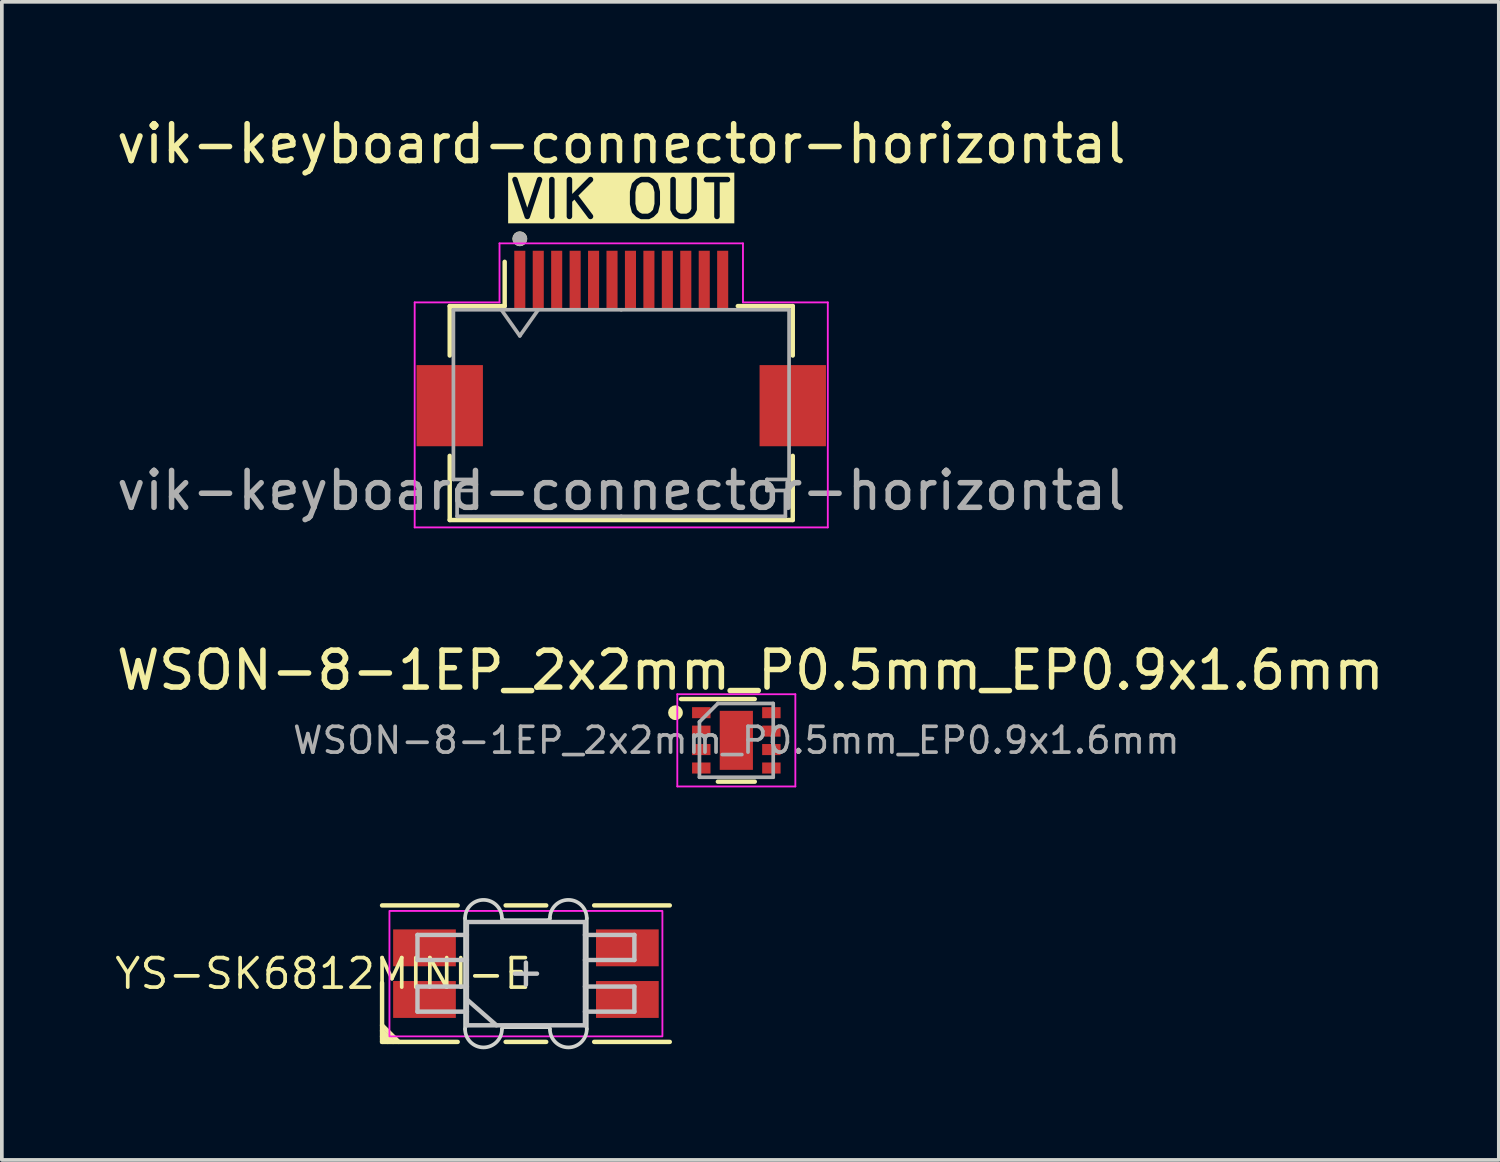
<source format=kicad_pcb>
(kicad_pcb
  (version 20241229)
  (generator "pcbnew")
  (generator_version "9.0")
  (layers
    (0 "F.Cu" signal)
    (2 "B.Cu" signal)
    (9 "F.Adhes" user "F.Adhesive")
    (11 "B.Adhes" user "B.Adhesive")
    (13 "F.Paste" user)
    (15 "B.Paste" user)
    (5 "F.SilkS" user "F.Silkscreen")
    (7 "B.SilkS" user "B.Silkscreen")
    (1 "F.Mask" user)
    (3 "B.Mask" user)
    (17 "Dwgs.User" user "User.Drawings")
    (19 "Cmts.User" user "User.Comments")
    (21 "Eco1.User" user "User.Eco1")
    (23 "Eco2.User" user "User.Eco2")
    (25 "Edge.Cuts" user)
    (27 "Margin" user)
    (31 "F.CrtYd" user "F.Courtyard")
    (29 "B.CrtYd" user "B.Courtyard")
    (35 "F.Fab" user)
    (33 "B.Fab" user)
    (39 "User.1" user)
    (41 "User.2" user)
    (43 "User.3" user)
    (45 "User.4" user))
  (footprint "YS-SK6812MINI-E"
    (layer "F.Cu")
    (at 11.208 23.346)
    (property "Reference" "YS-SK6812MINI-E" (at -5.5 0 0) (unlocked yes) (layer "F.SilkS") (effects (font (size 0.8 0.8) (thickness 0.1))))
    (fp_poly (pts (xy -3.6 0.85) (xy -3.25 1.2) (xy -1.9 1.2) (xy -1.9 0.2) (xy -3.6 0.2)) (stroke (width 0) (type solid)) (fill yes) (layer "F.Mask"))
    (fp_line (start -3.9 -1.85) (end -1.85 -1.85) (stroke (width 0.12) (type default)) (layer "F.SilkS"))
    (fp_line (start -3.9 0.25) (end -3.9 1.85) (stroke (width 0.12) (type solid)) (layer "F.SilkS"))
    (fp_line (start -3.9 1.4) (end -3.45 1.85) (stroke (width 0.12) (type solid)) (layer "F.SilkS"))
    (fp_line (start -3.9 1.55) (end -3.6 1.85) (stroke (width 0.12) (type solid)) (layer "F.SilkS"))
    (fp_line (start -3.9 1.7) (end -3.75 1.85) (stroke (width 0.12) (type solid)) (layer "F.SilkS"))
    (fp_line (start -3.9 1.85) (end -1.85 1.85) (stroke (width 0.12) (type default)) (layer "F.SilkS"))
    (fp_line (start -0.55 -1.85) (end 0.55 -1.85) (stroke (width 0.12) (type default)) (layer "F.SilkS"))
    (fp_line (start -0.55 1.85) (end 0.55 1.85) (stroke (width 0.12) (type default)) (layer "F.SilkS"))
    (fp_line (start 1.85 -1.85) (end 3.9 -1.85) (stroke (width 0.12) (type default)) (layer "F.SilkS"))
    (fp_line (start 1.85 1.85) (end 3.9 1.85) (stroke (width 0.12) (type default)) (layer "F.SilkS"))
    (fp_poly (pts (xy -3.6 0.85) (xy -3.25 1.2) (xy -1.9 1.2) (xy -1.9 0.2) (xy -3.6 0.2)) (stroke (width 0) (type solid)) (fill yes) (layer "F.Paste"))
    (fp_line (start -2.94 -1.05) (end -2.94 -0.37) (stroke (width 0.12) (type solid)) (layer "Dwgs.User"))
    (fp_line (start -2.94 -0.37) (end -1.6 -0.37) (stroke (width 0.12) (type solid)) (layer "Dwgs.User"))
    (fp_line (start -2.94 0.35) (end -2.94 1.03) (stroke (width 0.12) (type solid)) (layer "Dwgs.User"))
    (fp_line (start -2.94 1.03) (end -1.6 1.03) (stroke (width 0.12) (type solid)) (layer "Dwgs.User"))
    (fp_line (start -1.6 -1.4) (end -1.6 1.4) (stroke (width 0.12) (type solid)) (layer "Dwgs.User"))
    (fp_line (start -1.6 -1.4) (end 1.6 -1.4) (stroke (width 0.12) (type solid)) (layer "Dwgs.User"))
    (fp_line (start -1.6 -1.05) (end -2.94 -1.05) (stroke (width 0.12) (type solid)) (layer "Dwgs.User"))
    (fp_line (start -1.6 0.35) (end -2.94 0.35) (stroke (width 0.12) (type solid)) (layer "Dwgs.User"))
    (fp_line (start -1.6 0.7) (end -0.8 1.4) (stroke (width 0.12) (type solid)) (layer "Dwgs.User"))
    (fp_line (start -1.6 1.4) (end 1.6 1.4) (stroke (width 0.12) (type solid)) (layer "Dwgs.User"))
    (fp_line (start -0.3 0) (end 0.3 0) (stroke (width 0.12) (type solid)) (layer "Dwgs.User"))
    (fp_line (start 0 0.3) (end 0 -0.3) (stroke (width 0.12) (type solid)) (layer "Dwgs.User"))
    (fp_line (start 1.6 -1.4) (end 1.6 1.4) (stroke (width 0.12) (type solid)) (layer "Dwgs.User"))
    (fp_line (start 1.6 -0.37) (end 2.94 -0.37) (stroke (width 0.12) (type solid)) (layer "Dwgs.User"))
    (fp_line (start 1.6 1.03) (end 2.94 1.03) (stroke (width 0.12) (type solid)) (layer "Dwgs.User"))
    (fp_line (start 2.94 -1.05) (end 1.6 -1.05) (stroke (width 0.12) (type solid)) (layer "Dwgs.User"))
    (fp_line (start 2.94 -0.37) (end 2.94 -1.05) (stroke (width 0.12) (type solid)) (layer "Dwgs.User"))
    (fp_line (start 2.94 0.35) (end 1.6 0.35) (stroke (width 0.12) (type solid)) (layer "Dwgs.User"))
    (fp_line (start 2.94 1.03) (end 2.94 0.35) (stroke (width 0.12) (type solid)) (layer "Dwgs.User"))
    (fp_line (start -1.65 -1.5) (end -1.65 1.5) (stroke (width 0.1) (type solid)) (layer "Edge.Cuts"))
    (fp_line (start -0.6 -1.45) (end 0.6 -1.45) (stroke (width 0.1) (type solid)) (layer "Edge.Cuts"))
    (fp_line (start -0.6 1.45) (end 0.6 1.45) (stroke (width 0.1) (type solid)) (layer "Edge.Cuts"))
    (fp_line (start 1.65 1.5) (end 1.65 -1.5) (stroke (width 0.1) (type solid)) (layer "Edge.Cuts"))
    (fp_arc (start -1.65 -1.5) (mid -1.15 -2) (end -0.65 -1.5) (stroke (width 0.1) (type solid)) (layer "Edge.Cuts"))
    (fp_arc (start -0.65 1.5) (mid -1.15 2) (end -1.65 1.5) (stroke (width 0.1) (type solid)) (layer "Edge.Cuts"))
    (fp_arc (start -0.65 1.5) (mid -0.635355 1.464645) (end -0.6 1.45) (stroke (width 0.1) (type solid)) (layer "Edge.Cuts"))
    (fp_arc (start -0.6 -1.45) (mid -0.635355 -1.464645) (end -0.65 -1.5) (stroke (width 0.1) (type solid)) (layer "Edge.Cuts"))
    (fp_arc (start 0.6 1.45) (mid 0.635355 1.464645) (end 0.65 1.5) (stroke (width 0.1) (type solid)) (layer "Edge.Cuts"))
    (fp_arc (start 0.65 -1.5) (mid 0.635355 -1.464645) (end 0.6 -1.45) (stroke (width 0.1) (type solid)) (layer "Edge.Cuts"))
    (fp_arc (start 0.65 -1.5) (mid 1.15 -2) (end 1.65 -1.5) (stroke (width 0.1) (type solid)) (layer "Edge.Cuts"))
    (fp_arc (start 1.65 1.5) (mid 1.15 2) (end 0.65 1.5) (stroke (width 0.1) (type solid)) (layer "Edge.Cuts"))
    (fp_rect (start -3.7 1.7) (end 3.7 -1.7) (stroke (width 0.05) (type solid)) (fill no) (layer "F.CrtYd"))
    (pad "1" smd rect (at 2.75 -0.7) (size 1.7 1) (layers "F.Cu" "F.Mask" "F.Paste"))
    (pad "2" smd rect (at 2.75 0.7) (size 1.7 1) (layers "F.Cu" "F.Mask" "F.Paste"))
    (pad "3" smd rect (at -2.75 0.7) (size 1.7 1) (layers "F.Cu"))
    (pad "4" smd rect (at -2.75 -0.7) (size 1.7 1) (layers "F.Cu" "F.Mask" "F.Paste")))
  (footprint "vik-keyboard-connector-horizontal"
    (layer "F.Cu")
    (at 13.792 6.548)
    (property "Reference" "vik-keyboard-connector-horizontal" (at 0 -5.7 0) (layer "F.SilkS") (effects (font (size 1 1) (thickness 0.15))))
    (attr smd)
    (fp_line (start -4.65 -1.3) (end -4.65 0.04) (stroke (width 0.12) (type solid)) (layer "F.SilkS"))
    (fp_line (start -4.65 2.76) (end -4.65 4.5) (stroke (width 0.12) (type solid)) (layer "F.SilkS"))
    (fp_line (start -4.65 4.5) (end 4.65 4.5) (stroke (width 0.12) (type solid)) (layer "F.SilkS"))
    (fp_line (start -3.16 -1.3) (end -4.65 -1.3) (stroke (width 0.12) (type solid)) (layer "F.SilkS"))
    (fp_line (start -3.16 -1.3) (end -3.16 -2.5) (stroke (width 0.12) (type solid)) (layer "F.SilkS"))
    (fp_line (start 3.16 -1.3) (end 4.65 -1.3) (stroke (width 0.12) (type solid)) (layer "F.SilkS"))
    (fp_line (start 4.65 -1.3) (end 4.65 0.04) (stroke (width 0.12) (type solid)) (layer "F.SilkS"))
    (fp_line (start 4.65 4.5) (end 4.65 2.76) (stroke (width 0.12) (type solid)) (layer "F.SilkS"))
    (fp_circle (center -2.75 -3.125) (end -2.65 -3.125) (stroke (width 0.2) (type solid)) (fill no) (layer "F.SilkS"))
    (fp_line (start -5.6 -1.4) (end -5.6 4.7) (stroke (width 0.05) (type solid)) (layer "F.CrtYd"))
    (fp_line (start -3.3 -1.4) (end -5.6 -1.4) (stroke (width 0.05) (type default)) (layer "F.CrtYd"))
    (fp_line (start -3.3 -1.4) (end -3.3 -3) (stroke (width 0.05) (type default)) (layer "F.CrtYd"))
    (fp_line (start 3.3 -3) (end -3.3 -3) (stroke (width 0.05) (type solid)) (layer "F.CrtYd"))
    (fp_line (start 3.3 -1.4) (end 3.3 -3) (stroke (width 0.05) (type default)) (layer "F.CrtYd"))
    (fp_line (start 5.6 -1.4) (end 3.3 -1.4) (stroke (width 0.05) (type default)) (layer "F.CrtYd"))
    (fp_line (start 5.6 4.7) (end -5.6 4.7) (stroke (width 0.05) (type default)) (layer "F.CrtYd"))
    (fp_line (start 5.6 4.7) (end 5.6 -1.4) (stroke (width 0.05) (type solid)) (layer "F.CrtYd"))
    (fp_line (start -4.55 -1.2) (end -4.55 3.4) (stroke (width 0.1) (type solid)) (layer "F.Fab"))
    (fp_line (start -4.55 3.4) (end -3.95 3.4) (stroke (width 0.1) (type solid)) (layer "F.Fab"))
    (fp_line (start -4.45 3.7) (end -4.45 4.4) (stroke (width 0.1) (type solid)) (layer "F.Fab"))
    (fp_line (start -4.45 4.4) (end 0 4.4) (stroke (width 0.1) (type solid)) (layer "F.Fab"))
    (fp_line (start -3.95 3.4) (end -3.95 3.7) (stroke (width 0.1) (type solid)) (layer "F.Fab"))
    (fp_line (start -3.95 3.7) (end -4.45 3.7) (stroke (width 0.1) (type solid)) (layer "F.Fab"))
    (fp_line (start -3.25 -1.2) (end -2.75 -0.493) (stroke (width 0.1) (type solid)) (layer "F.Fab"))
    (fp_line (start -2.75 -0.493) (end -2.25 -1.2) (stroke (width 0.1) (type solid)) (layer "F.Fab"))
    (fp_line (start 0 -1.2) (end -4.55 -1.2) (stroke (width 0.1) (type solid)) (layer "F.Fab"))
    (fp_line (start 0 -1.2) (end 4.55 -1.2) (stroke (width 0.1) (type solid)) (layer "F.Fab"))
    (fp_line (start 3.95 3.4) (end 3.95 3.7) (stroke (width 0.1) (type solid)) (layer "F.Fab"))
    (fp_line (start 3.95 3.7) (end 4.45 3.7) (stroke (width 0.1) (type solid)) (layer "F.Fab"))
    (fp_line (start 4.45 3.7) (end 4.45 4.4) (stroke (width 0.1) (type solid)) (layer "F.Fab"))
    (fp_line (start 4.45 4.4) (end 0 4.4) (stroke (width 0.1) (type solid)) (layer "F.Fab"))
    (fp_line (start 4.55 -1.2) (end 4.55 3.4) (stroke (width 0.1) (type solid)) (layer "F.Fab"))
    (fp_line (start 4.55 3.4) (end 3.95 3.4) (stroke (width 0.1) (type solid)) (layer "F.Fab"))
    (fp_circle (center -2.75 -3.125) (end -2.65 -3.125) (stroke (width 0.2) (type solid)) (fill no) (layer "F.Fab"))
    (fp_text user "VIK OUT" (at 0 -3.6 0) (unlocked yes) (layer "F.SilkS" knockout) (effects (font (size 1 1) (thickness 0.15)) (justify bottom)))
    (fp_text user "${REFERENCE}" (at 0 3.7 0) (layer "F.Fab") (effects (font (size 1 1) (thickness 0.15))))
    (pad "1" smd rect (at -2.75 -2) (size 0.3 1.6) (layers "F.Cu" "F.Mask" "F.Paste"))
    (pad "2" smd rect (at -2.25 -2) (size 0.3 1.6) (layers "F.Cu" "F.Mask" "F.Paste"))
    (pad "3" smd rect (at -1.75 -2) (size 0.3 1.6) (layers "F.Cu" "F.Mask" "F.Paste"))
    (pad "4" smd rect (at -1.25 -2) (size 0.3 1.6) (layers "F.Cu" "F.Mask" "F.Paste"))
    (pad "5" smd rect (at -0.75 -2) (size 0.3 1.6) (layers "F.Cu" "F.Mask" "F.Paste"))
    (pad "6" smd rect (at -0.25 -2) (size 0.3 1.6) (layers "F.Cu" "F.Mask" "F.Paste"))
    (pad "7" smd rect (at 0.25 -2) (size 0.3 1.6) (layers "F.Cu" "F.Mask" "F.Paste"))
    (pad "8" smd rect (at 0.75 -2) (size 0.3 1.6) (layers "F.Cu" "F.Mask" "F.Paste"))
    (pad "9" smd rect (at 1.25 -2) (size 0.3 1.6) (layers "F.Cu" "F.Mask" "F.Paste"))
    (pad "10" smd rect (at 1.75 -2) (size 0.3 1.6) (layers "F.Cu" "F.Mask" "F.Paste"))
    (pad "11" smd rect (at 2.25 -2) (size 0.3 1.6) (layers "F.Cu" "F.Mask" "F.Paste"))
    (pad "12" smd rect (at 2.75 -2) (size 0.3 1.6) (layers "F.Cu" "F.Mask" "F.Paste"))
    (pad "MP" smd rect (at -4.65 1.4) (size 1.8 2.2) (layers "F.Cu" "F.Mask" "F.Paste"))
    (pad "MP" smd rect (at 4.65 1.4) (size 1.8 2.2) (layers "F.Cu" "F.Mask" "F.Paste")))
  (footprint "WSON-8-1EP_2x2mm_P0.5mm_EP0.9x1.6mm"
    (layer "F.Cu")
    (at 16.912 17.021)
    (property "Reference" "WSON-8-1EP_2x2mm_P0.5mm_EP0.9x1.6mm" (at 0.38 -1.9 0) (layer "F.SilkS") (effects (font (size 1 1) (thickness 0.15))))
    (attr smd)
    (fp_line (start -1.5 -1.12) (end 0.5 -1.12) (stroke (width 0.12) (type solid)) (layer "F.SilkS"))
    (fp_line (start 0.5 1.12) (end -0.5 1.12) (stroke (width 0.12) (type solid)) (layer "F.SilkS"))
    (fp_circle (center -1.65 -0.75) (end -1.55 -0.75) (stroke (width 0.2) (type solid)) (fill no) (layer "F.SilkS"))
    (fp_line (start -1.6 -1.25) (end -1.6 1.25) (stroke (width 0.05) (type solid)) (layer "F.CrtYd"))
    (fp_line (start -1.6 -1.25) (end 1.6 -1.25) (stroke (width 0.05) (type solid)) (layer "F.CrtYd"))
    (fp_line (start -1.6 1.25) (end 1.6 1.25) (stroke (width 0.05) (type solid)) (layer "F.CrtYd"))
    (fp_line (start 1.6 -1.25) (end 1.6 1.25) (stroke (width 0.05) (type solid)) (layer "F.CrtYd"))
    (fp_line (start -1 1) (end -1 -0.5) (stroke (width 0.1) (type solid)) (layer "F.Fab"))
    (fp_line (start -0.5 -1) (end -1 -0.5) (stroke (width 0.1) (type solid)) (layer "F.Fab"))
    (fp_line (start -0.5 -1) (end 1 -1) (stroke (width 0.1) (type solid)) (layer "F.Fab"))
    (fp_line (start 1 -1) (end 1 1) (stroke (width 0.1) (type solid)) (layer "F.Fab"))
    (fp_line (start 1 1) (end -1 1) (stroke (width 0.1) (type solid)) (layer "F.Fab"))
    (fp_text user "${REFERENCE}" (at 0 0 0) (layer "F.Fab") (effects (font (size 0.7 0.7) (thickness 0.1))))
    (pad "" smd rect (at 0 -0.4) (size 0.75 0.65) (layers "F.Paste"))
    (pad "" smd rect (at 0 0.4) (size 0.75 0.65) (layers "F.Paste"))
    (pad "1" smd rect (at -0.95 -0.75) (size 0.5 0.3) (layers "F.Cu" "F.Mask" "F.Paste"))
    (pad "2" smd rect (at -0.95 -0.25) (size 0.5 0.3) (layers "F.Cu" "F.Mask" "F.Paste"))
    (pad "3" smd rect (at -0.95 0.25) (size 0.5 0.3) (layers "F.Cu" "F.Mask" "F.Paste"))
    (pad "4" smd rect (at -0.95 0.75) (size 0.5 0.3) (layers "F.Cu" "F.Mask" "F.Paste"))
    (pad "5" smd rect (at 0.95 0.75) (size 0.5 0.3) (layers "F.Cu" "F.Mask" "F.Paste"))
    (pad "6" smd rect (at 0.95 0.25) (size 0.5 0.3) (layers "F.Cu" "F.Mask" "F.Paste"))
    (pad "7" smd rect (at 0.95 -0.25) (size 0.5 0.3) (layers "F.Cu" "F.Mask" "F.Paste"))
    (pad "8" smd rect (at 0.95 -0.75) (size 0.5 0.3) (layers "F.Cu" "F.Mask" "F.Paste"))
    (pad "9" smd rect (at 0 0) (size 0.9 1.6) (layers "F.Cu" "F.Mask")))
  (gr_rect
    (start -3 -3)
    (end 37.583 28.396)
    (stroke (width 0.1) (type default))
    (fill no)
    (layer "Edge.Cuts")))
</source>
